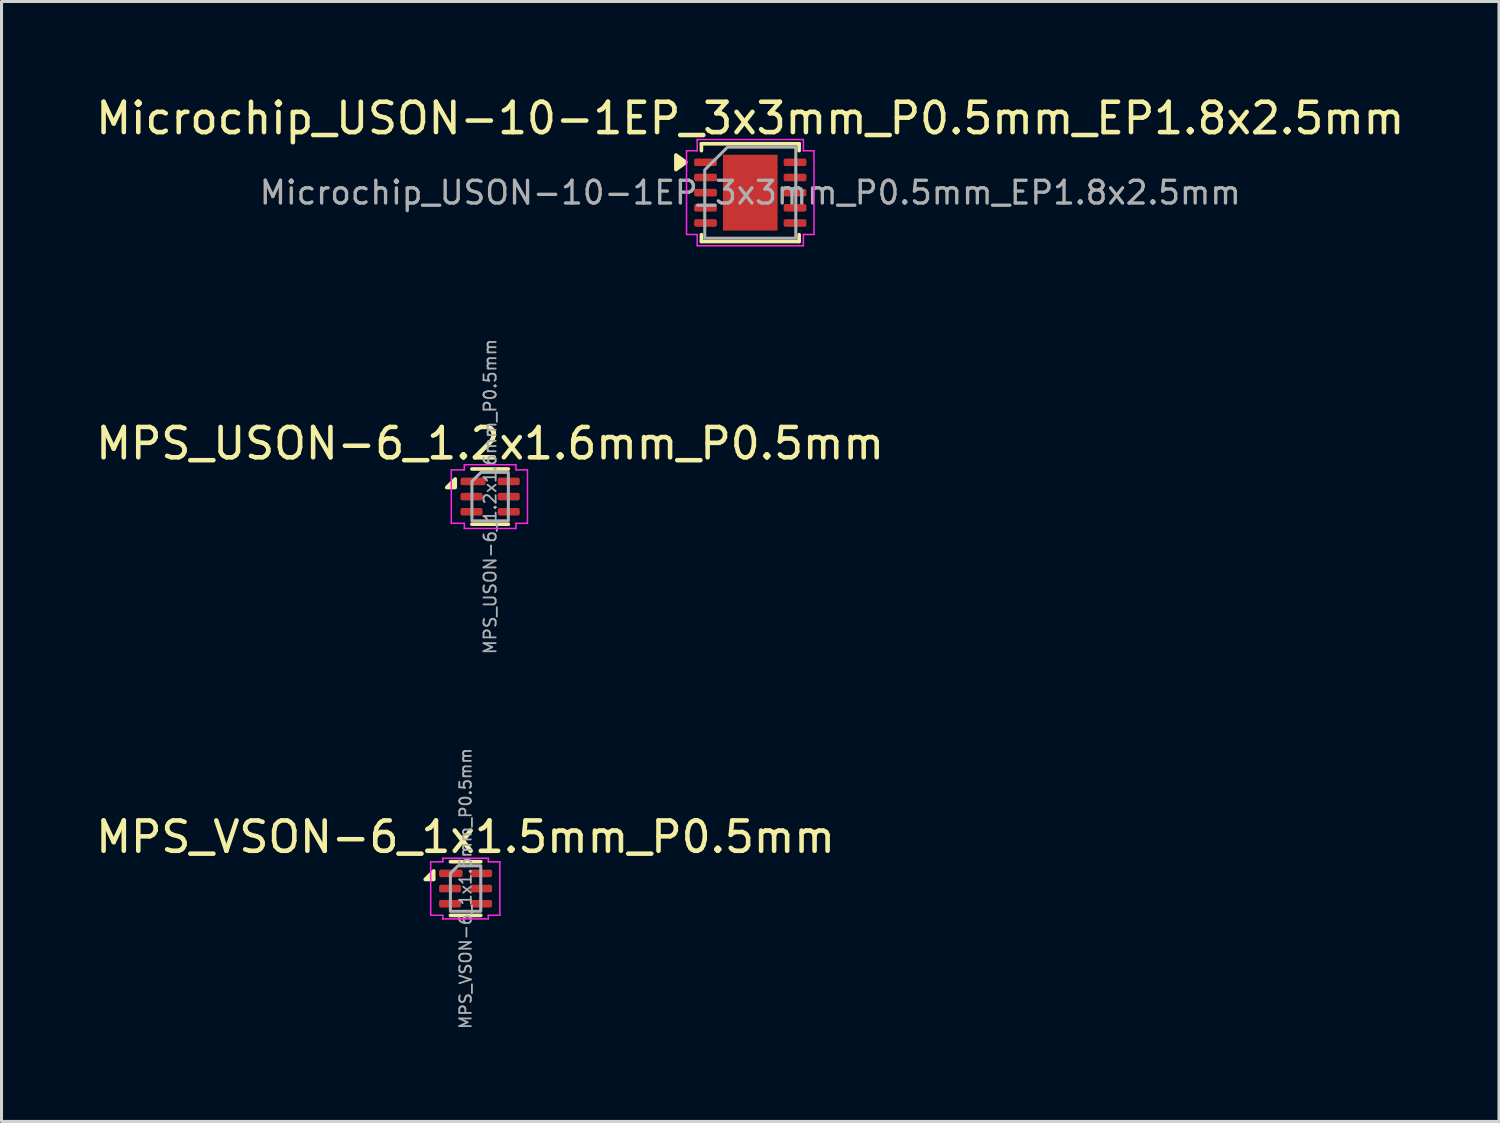
<source format=kicad_pcb>
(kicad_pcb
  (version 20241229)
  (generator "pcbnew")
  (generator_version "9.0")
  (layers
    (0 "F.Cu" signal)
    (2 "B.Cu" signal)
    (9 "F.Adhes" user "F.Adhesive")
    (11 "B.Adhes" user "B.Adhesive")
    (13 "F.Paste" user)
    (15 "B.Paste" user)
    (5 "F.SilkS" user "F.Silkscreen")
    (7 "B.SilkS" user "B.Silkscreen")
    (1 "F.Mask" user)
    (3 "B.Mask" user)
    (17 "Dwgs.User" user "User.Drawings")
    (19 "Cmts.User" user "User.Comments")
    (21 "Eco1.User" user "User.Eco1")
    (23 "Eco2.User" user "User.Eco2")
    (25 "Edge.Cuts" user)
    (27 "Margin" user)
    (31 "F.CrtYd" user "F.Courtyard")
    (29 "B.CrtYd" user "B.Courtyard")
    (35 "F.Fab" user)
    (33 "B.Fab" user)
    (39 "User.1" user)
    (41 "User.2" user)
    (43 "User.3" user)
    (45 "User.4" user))
  (footprint "MPS_USON-6_1.2x1.6mm_P0.5mm"
    (layer "F.Cu")
    (at 13.101 13.314)
    (property "Reference" "MPS_USON-6_1.2x1.6mm_P0.5mm" (at 0 -1.75 0) (layer "F.SilkS") (effects (font (size 1 1) (thickness 0.15))))
    (attr smd)
    (fp_line (start -0.6 -0.91) (end 0.6 -0.91) (stroke (width 0.12) (type solid)) (layer "F.SilkS"))
    (fp_line (start -0.6 0.91) (end 0.6 0.91) (stroke (width 0.12) (type solid)) (layer "F.SilkS"))
    (fp_poly (pts (xy -1.15 -0.3) (xy -1.43 -0.3) (xy -1.15 -0.58)) (stroke (width 0.12) (type solid)) (fill yes) (layer "F.SilkS"))
    (fp_line (start -1.28 -0.88) (end -0.85 -0.88) (stroke (width 0.05) (type solid)) (layer "F.CrtYd"))
    (fp_line (start -1.28 0.88) (end -1.28 -0.88) (stroke (width 0.05) (type solid)) (layer "F.CrtYd"))
    (fp_line (start -0.85 -1.05) (end 0.85 -1.05) (stroke (width 0.05) (type solid)) (layer "F.CrtYd"))
    (fp_line (start -0.85 -0.88) (end -0.85 -1.05) (stroke (width 0.05) (type solid)) (layer "F.CrtYd"))
    (fp_line (start -0.85 0.88) (end -1.28 0.88) (stroke (width 0.05) (type solid)) (layer "F.CrtYd"))
    (fp_line (start -0.85 1.05) (end -0.85 0.88) (stroke (width 0.05) (type solid)) (layer "F.CrtYd"))
    (fp_line (start 0.85 -1.05) (end 0.85 -0.88) (stroke (width 0.05) (type solid)) (layer "F.CrtYd"))
    (fp_line (start 0.85 -0.88) (end 1.23 -0.88) (stroke (width 0.05) (type solid)) (layer "F.CrtYd"))
    (fp_line (start 0.85 0.88) (end 0.85 1.05) (stroke (width 0.05) (type solid)) (layer "F.CrtYd"))
    (fp_line (start 0.85 1.05) (end -0.85 1.05) (stroke (width 0.05) (type solid)) (layer "F.CrtYd"))
    (fp_line (start 1.23 -0.88) (end 1.23 0.88) (stroke (width 0.05) (type solid)) (layer "F.CrtYd"))
    (fp_line (start 1.23 0.88) (end 0.85 0.88) (stroke (width 0.05) (type solid)) (layer "F.CrtYd"))
    (fp_poly (pts (xy -0.6 -0.5) (xy -0.6 0.8) (xy 0.6 0.8) (xy 0.6 -0.8) (xy -0.3 -0.8)) (stroke (width 0.1) (type solid)) (fill no) (layer "F.Fab"))
    (fp_text user "${REFERENCE}" (at 0 0 90) (layer "F.Fab") (effects (font (size 0.4 0.4) (thickness 0.06))))
    (pad "1" smd roundrect (at -0.562 -0.5) (size 0.825 0.25) (layers "F.Cu" "F.Mask" "F.Paste") (roundrect_rratio 0.25))
    (pad "2" smd roundrect (at -0.613 0) (size 0.725 0.25) (layers "F.Cu" "F.Mask" "F.Paste") (roundrect_rratio 0.25))
    (pad "3" smd roundrect (at -0.613 0.5) (size 0.725 0.25) (layers "F.Cu" "F.Mask" "F.Paste") (roundrect_rratio 0.25))
    (pad "4" smd roundrect (at 0.613 0.5) (size 0.725 0.25) (layers "F.Cu" "F.Mask" "F.Paste") (roundrect_rratio 0.25))
    (pad "5" smd roundrect (at 0.613 0) (size 0.725 0.25) (layers "F.Cu" "F.Mask" "F.Paste") (roundrect_rratio 0.25))
    (pad "6" smd roundrect (at 0.613 -0.5) (size 0.725 0.25) (layers "F.Cu" "F.Mask" "F.Paste") (roundrect_rratio 0.25)))
  (footprint "Microchip_USON-10-1EP_3x3mm_P0.5mm_EP1.8x2.5mm"
    (layer "F.Cu")
    (at 21.673 3.298)
    (property "Reference" "Microchip_USON-10-1EP_3x3mm_P0.5mm_EP1.8x2.5mm" (at 0 -2.45 0) (layer "F.SilkS") (effects (font (size 1 1) (thickness 0.15))))
    (attr smd)
    (fp_line (start -1.61 -1.61) (end 1.61 -1.61) (stroke (width 0.12) (type solid)) (layer "F.SilkS"))
    (fp_line (start -1.61 -1.385) (end -1.61 -1.61) (stroke (width 0.12) (type solid)) (layer "F.SilkS"))
    (fp_line (start -1.61 1.61) (end -1.61 1.385) (stroke (width 0.12) (type solid)) (layer "F.SilkS"))
    (fp_line (start 1.61 -1.61) (end 1.61 -1.385) (stroke (width 0.12) (type solid)) (layer "F.SilkS"))
    (fp_line (start 1.61 1.385) (end 1.61 1.61) (stroke (width 0.12) (type solid)) (layer "F.SilkS"))
    (fp_line (start 1.61 1.61) (end -1.61 1.61) (stroke (width 0.12) (type solid)) (layer "F.SilkS"))
    (fp_poly (pts (xy -2.12 -1) (xy -2.45 -0.76) (xy -2.45 -1.24)) (stroke (width 0.12) (type solid)) (fill yes) (layer "F.SilkS"))
    (fp_line (start -2.1 -1.38) (end -1.75 -1.38) (stroke (width 0.05) (type solid)) (layer "F.CrtYd"))
    (fp_line (start -2.1 1.38) (end -2.1 -1.38) (stroke (width 0.05) (type solid)) (layer "F.CrtYd"))
    (fp_line (start -1.75 -1.75) (end 1.75 -1.75) (stroke (width 0.05) (type solid)) (layer "F.CrtYd"))
    (fp_line (start -1.75 -1.38) (end -1.75 -1.75) (stroke (width 0.05) (type solid)) (layer "F.CrtYd"))
    (fp_line (start -1.75 1.38) (end -2.1 1.38) (stroke (width 0.05) (type solid)) (layer "F.CrtYd"))
    (fp_line (start -1.75 1.75) (end -1.75 1.38) (stroke (width 0.05) (type solid)) (layer "F.CrtYd"))
    (fp_line (start 1.75 -1.75) (end 1.75 -1.38) (stroke (width 0.05) (type solid)) (layer "F.CrtYd"))
    (fp_line (start 1.75 -1.38) (end 2.1 -1.38) (stroke (width 0.05) (type solid)) (layer "F.CrtYd"))
    (fp_line (start 1.75 1.38) (end 1.75 1.75) (stroke (width 0.05) (type solid)) (layer "F.CrtYd"))
    (fp_line (start 1.75 1.75) (end -1.75 1.75) (stroke (width 0.05) (type solid)) (layer "F.CrtYd"))
    (fp_line (start 2.1 -1.38) (end 2.1 1.38) (stroke (width 0.05) (type solid)) (layer "F.CrtYd"))
    (fp_line (start 2.1 1.38) (end 1.75 1.38) (stroke (width 0.05) (type solid)) (layer "F.CrtYd"))
    (fp_poly (pts (xy -0.75 -1.5) (xy 1.5 -1.5) (xy 1.5 1.5) (xy -1.5 1.5) (xy -1.5 -0.75)) (stroke (width 0.1) (type solid)) (fill no) (layer "F.Fab"))
    (fp_text user "${REFERENCE}" (at 0 0 0) (layer "F.Fab") (effects (font (size 0.75 0.75) (thickness 0.11))))
    (pad "" smd roundrect (at 0 -0.625) (size 1.45 1.01) (layers "F.Paste") (roundrect_rratio 0.248))
    (pad "" smd roundrect (at 0 0.625) (size 1.45 1.01) (layers "F.Paste") (roundrect_rratio 0.248))
    (pad "1" smd roundrect (at -1.475 -1) (size 0.75 0.25) (layers "F.Cu" "F.Mask" "F.Paste") (roundrect_rratio 0.25))
    (pad "2" smd roundrect (at -1.475 -0.5) (size 0.75 0.25) (layers "F.Cu" "F.Mask" "F.Paste") (roundrect_rratio 0.25))
    (pad "3" smd roundrect (at -1.475 0) (size 0.75 0.25) (layers "F.Cu" "F.Mask" "F.Paste") (roundrect_rratio 0.25))
    (pad "4" smd roundrect (at -1.475 0.5) (size 0.75 0.25) (layers "F.Cu" "F.Mask" "F.Paste") (roundrect_rratio 0.25))
    (pad "5" smd roundrect (at -1.475 1) (size 0.75 0.25) (layers "F.Cu" "F.Mask" "F.Paste") (roundrect_rratio 0.25))
    (pad "6" smd roundrect (at 1.475 1) (size 0.75 0.25) (layers "F.Cu" "F.Mask" "F.Paste") (roundrect_rratio 0.25))
    (pad "7" smd roundrect (at 1.475 0.5) (size 0.75 0.25) (layers "F.Cu" "F.Mask" "F.Paste") (roundrect_rratio 0.25))
    (pad "8" smd roundrect (at 1.475 0) (size 0.75 0.25) (layers "F.Cu" "F.Mask" "F.Paste") (roundrect_rratio 0.25))
    (pad "9" smd roundrect (at 1.475 -0.5) (size 0.75 0.25) (layers "F.Cu" "F.Mask" "F.Paste") (roundrect_rratio 0.25))
    (pad "10" smd roundrect (at 1.475 -1) (size 0.75 0.25) (layers "F.Cu" "F.Mask" "F.Paste") (roundrect_rratio 0.25))
    (pad "11" smd rect (at 0 0) (size 1.8 2.5) (property pad_prop_heatsink) (layers "F.Cu" "F.Mask")))
  (footprint "MPS_VSON-6_1x1.5mm_P0.5mm"
    (layer "F.Cu")
    (at 12.292 26.23)
    (property "Reference" "MPS_VSON-6_1x1.5mm_P0.5mm" (at 0 -1.7 0) (layer "F.SilkS") (effects (font (size 1 1) (thickness 0.15))))
    (attr smd)
    (fp_line (start -0.5 -0.885) (end 0.5 -0.885) (stroke (width 0.12) (type solid)) (layer "F.SilkS"))
    (fp_line (start -0.5 0.885) (end 0.5 0.885) (stroke (width 0.12) (type solid)) (layer "F.SilkS"))
    (fp_poly (pts (xy -1.05 -0.3) (xy -1.33 -0.3) (xy -1.05 -0.58)) (stroke (width 0.12) (type solid)) (fill yes) (layer "F.SilkS"))
    (fp_line (start -1.15 -0.88) (end -0.75 -0.88) (stroke (width 0.05) (type solid)) (layer "F.CrtYd"))
    (fp_line (start -1.15 0.88) (end -1.15 -0.88) (stroke (width 0.05) (type solid)) (layer "F.CrtYd"))
    (fp_line (start -0.75 -1) (end 0.75 -1) (stroke (width 0.05) (type solid)) (layer "F.CrtYd"))
    (fp_line (start -0.75 -0.88) (end -0.75 -1) (stroke (width 0.05) (type solid)) (layer "F.CrtYd"))
    (fp_line (start -0.75 0.88) (end -1.15 0.88) (stroke (width 0.05) (type solid)) (layer "F.CrtYd"))
    (fp_line (start -0.75 1) (end -0.75 0.88) (stroke (width 0.05) (type solid)) (layer "F.CrtYd"))
    (fp_line (start 0.75 -1) (end 0.75 -0.88) (stroke (width 0.05) (type solid)) (layer "F.CrtYd"))
    (fp_line (start 0.75 -0.88) (end 1.13 -0.88) (stroke (width 0.05) (type solid)) (layer "F.CrtYd"))
    (fp_line (start 0.75 0.88) (end 0.75 1) (stroke (width 0.05) (type solid)) (layer "F.CrtYd"))
    (fp_line (start 0.75 1) (end -0.75 1) (stroke (width 0.05) (type solid)) (layer "F.CrtYd"))
    (fp_line (start 1.13 -0.88) (end 1.13 0.88) (stroke (width 0.05) (type solid)) (layer "F.CrtYd"))
    (fp_line (start 1.13 0.88) (end 0.75 0.88) (stroke (width 0.05) (type solid)) (layer "F.CrtYd"))
    (fp_poly (pts (xy -0.5 -0.5) (xy -0.5 0.75) (xy 0.5 0.75) (xy 0.5 -0.75) (xy -0.25 -0.75)) (stroke (width 0.1) (type solid)) (fill no) (layer "F.Fab"))
    (fp_text user "${REFERENCE}" (at 0 0 90) (layer "F.Fab") (effects (font (size 0.38 0.38) (thickness 0.06))))
    (pad "1" smd roundrect (at -0.487 -0.5) (size 0.775 0.25) (layers "F.Cu" "F.Mask" "F.Paste") (roundrect_rratio 0.25))
    (pad "2" smd roundrect (at -0.512 0) (size 0.725 0.25) (layers "F.Cu" "F.Mask" "F.Paste") (roundrect_rratio 0.25))
    (pad "3" smd roundrect (at -0.512 0.5) (size 0.725 0.25) (layers "F.Cu" "F.Mask" "F.Paste") (roundrect_rratio 0.25))
    (pad "4" smd roundrect (at 0.512 0.5) (size 0.725 0.25) (layers "F.Cu" "F.Mask" "F.Paste") (roundrect_rratio 0.25))
    (pad "5" smd roundrect (at 0.512 0) (size 0.725 0.25) (layers "F.Cu" "F.Mask" "F.Paste") (roundrect_rratio 0.25))
    (pad "6" smd roundrect (at 0.512 -0.5) (size 0.725 0.25) (layers "F.Cu" "F.Mask" "F.Paste") (roundrect_rratio 0.25)))
  (gr_rect
    (start -3 -3)
    (end 46.345 33.905)
    (stroke (width 0.1) (type default))
    (fill no)
    (layer "Edge.Cuts")))
</source>
